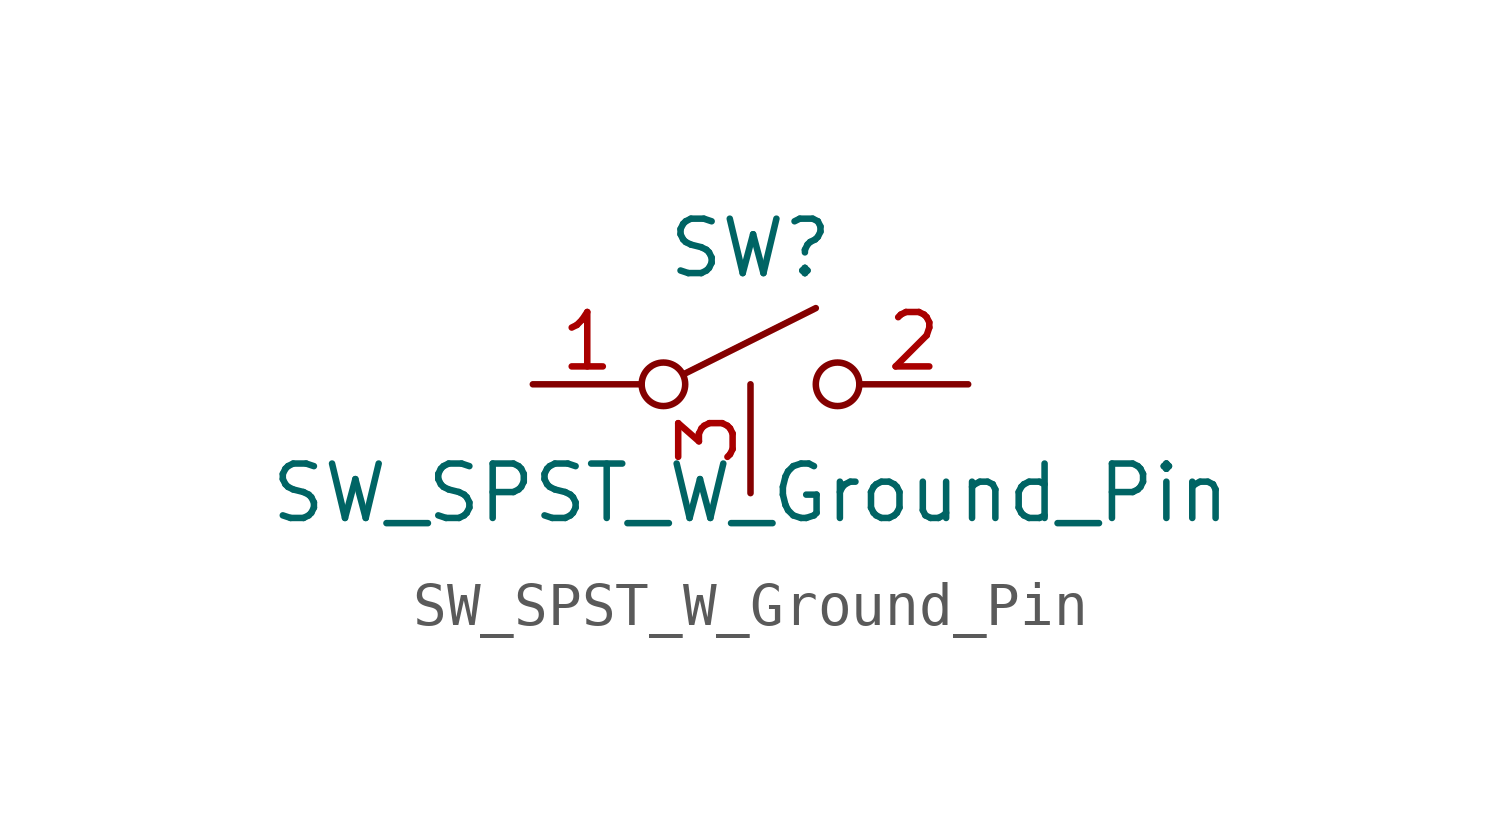
<source format=kicad_sym>
(kicad_symbol_lib
  (version 20231120)
  (generator "kicad_symbol_editor")
  (generator_version "8.0")
  (symbol "SW_SPST_W_Ground_Pin"
    (pin_names
      (offset 0) hide)
    (property "Reference" "SW"
      (at 0 3.175 0)
      (effects (font (size 1.27 1.27))))
    (property "Value" "SW_SPST_W_Ground_Pin"
      (at 0 -2.54 0)
      (effects (font (size 1.27 1.27))))
    (symbol "SW_SPST_W_Ground_Pin_0_0"
      (circle (center -2.032 0) (radius 0.508) (stroke (width 0) (type default)) (fill (type none)))
      (polyline (pts (xy -1.524 0.254) (xy 1.524 1.778)) (stroke (width 0) (type default)) (fill (type none)))
      (circle (center 2.032 0) (radius 0.508) (stroke (width 0) (type default)) (fill (type none))))
    (symbol "SW_SPST_W_Ground_Pin_1_1"
      (pin passive line (at -5.08 0 0) (length 2.54) (name "A" (effects (font (size 1.27 1.27)))) (number "1" (effects (font (size 1.27 1.27)))))
      (pin passive line (at 5.08 0 180) (length 2.54) (name "B" (effects (font (size 1.27 1.27)))) (number "2" (effects (font (size 1.27 1.27)))))
      (pin power_in line (at 0 -2.54 90) (length 2.54) (name "GND" (effects (font (size 1.27 1.27)))) (number "3" (effects (font (size 1.27 1.27))))))))
</source>
